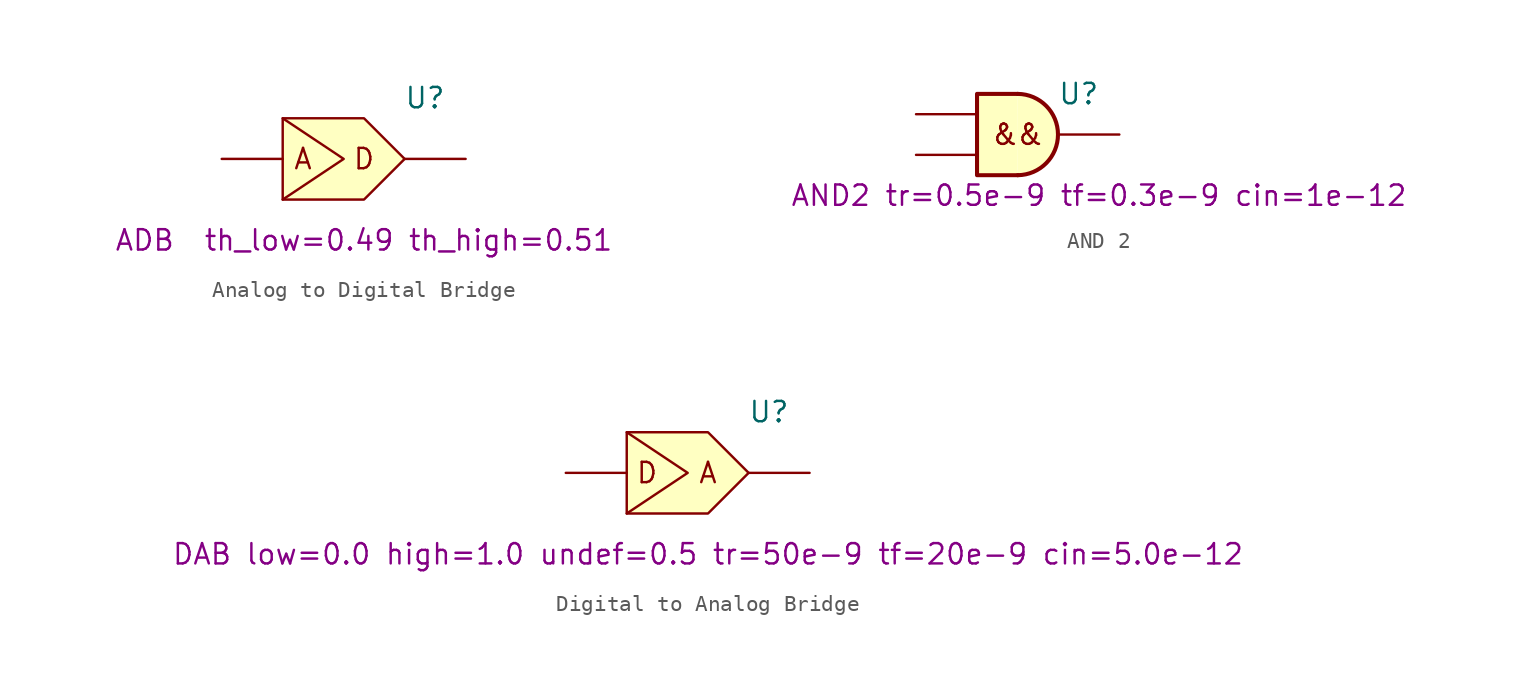
<source format=kicad_sym>
(kicad_symbol_lib
  (version 20211014)
  (generator kicad_symbol_editor)
  (symbol "Analog to Digital Bridge"
    (pin_numbers hide)
    (pin_names hide)
    (property "Reference" "U"
      (at 5.08 3.81 0)
      (effects (font (size 1.27 1.27))))
    (property "Spice_Model" "ADB  th_low=0.49 th_high=0.51"
      (at 1.27 -5.08 0)
      (effects (font (size 1.27 1.27))))
    (symbol "Analog to Digital Bridge_0_0"
      (polyline (pts (xy -3.81 -2.54) (xy 0 0) (xy -3.81 2.54)) (stroke (width 0) (type default) (color 0 0 0 0)) (fill (type none)))
      (polyline (pts (xy -3.81 2.54) (xy -3.81 -2.54) (xy 1.27 -2.54) (xy 3.81 0) (xy 1.27 2.54) (xy -3.81 2.54)) (stroke (width 0) (type default) (color 0 0 0 0)) (fill (type background)))
      (text "A" (at -2.54 0 0) (effects (font (size 1.27 1.27))))
      (text "D" (at 1.27 0 0) (effects (font (size 1.27 1.27)))))
    (symbol "Analog to Digital Bridge_1_1"
      (pin input line (at -7.62 0 0) (length 3.81) (name "~" (effects (font (size 1.27 1.27)))) (number "1" (effects (font (size 1.27 1.27)))))
      (pin output line (at 7.62 0 180) (length 3.81) (name "~" (effects (font (size 1.27 1.27)))) (number "2" (effects (font (size 1.27 1.27)))))))
  (symbol "AND 2"
    (pin_numbers hide)
    (pin_names hide)
    (property "Reference" "U"
      (at 3.81 2.54 0)
      (effects (font (size 1.27 1.27))))
    (property "Spice_Model" "AND2 tr=0.5e-9 tf=0.3e-9 cin=1e-12"
      (at 5.08 -3.81 0)
      (effects (font (size 1.27 1.27))))
    (symbol "AND 2_0_0"
      (text "&&" (at 0 0 0) (effects (font (size 1.27 1.27)))))
    (symbol "AND 2_1_1"
      (arc (start 0 -2.54) (mid 2.5176 0) (end 0 2.54) (stroke (width 0.254) (type default) (color 0 0 0 0)) (fill (type background)))
      (polyline (pts (xy 0 2.54) (xy -2.54 2.54) (xy -2.54 -2.54) (xy 0 -2.54)) (stroke (width 0.254) (type default) (color 0 0 0 0)) (fill (type background)))
      (pin input line (at -6.35 1.27 0) (length 3.81) (name "~" (effects (font (size 1.27 1.27)))) (number "1" (effects (font (size 1.27 1.27)))))
      (pin input line (at -6.35 -1.27 0) (length 3.81) (name "~" (effects (font (size 1.27 1.27)))) (number "2" (effects (font (size 1.27 1.27)))))
      (pin output line (at 6.35 0 180) (length 3.81) (name "~" (effects (font (size 1.27 1.27)))) (number "3" (effects (font (size 1.27 1.27)))))))
  (symbol "Digital to Analog Bridge"
    (pin_numbers hide)
    (pin_names hide)
    (property "Reference" "U"
      (at 5.08 3.81 0)
      (effects (font (size 1.27 1.27))))
    (property "Spice_Model" "DAB low=0.0 high=1.0 undef=0.5 tr=50e-9 tf=20e-9 cin=5.0e-12"
      (at 1.27 -5.08 0)
      (effects (font (size 1.27 1.27))))
    (symbol "Digital to Analog Bridge_0_0"
      (polyline (pts (xy -3.81 -2.54) (xy 0 0) (xy -3.81 2.54)) (stroke (width 0) (type default) (color 0 0 0 0)) (fill (type none)))
      (polyline (pts (xy -3.81 2.54) (xy -3.81 -2.54) (xy 1.27 -2.54) (xy 3.81 0) (xy 1.27 2.54) (xy -3.81 2.54)) (stroke (width 0) (type default) (color 0 0 0 0)) (fill (type background)))
      (text "A" (at 1.27 0 0) (effects (font (size 1.27 1.27))))
      (text "D" (at -2.54 0 0) (effects (font (size 1.27 1.27)))))
    (symbol "Digital to Analog Bridge_1_1"
      (pin input line (at -7.62 0 0) (length 3.81) (name "~" (effects (font (size 1.27 1.27)))) (number "1" (effects (font (size 1.27 1.27)))))
      (pin output line (at 7.62 0 180) (length 3.81) (name "~" (effects (font (size 1.27 1.27)))) (number "2" (effects (font (size 1.27 1.27))))))))
</source>
